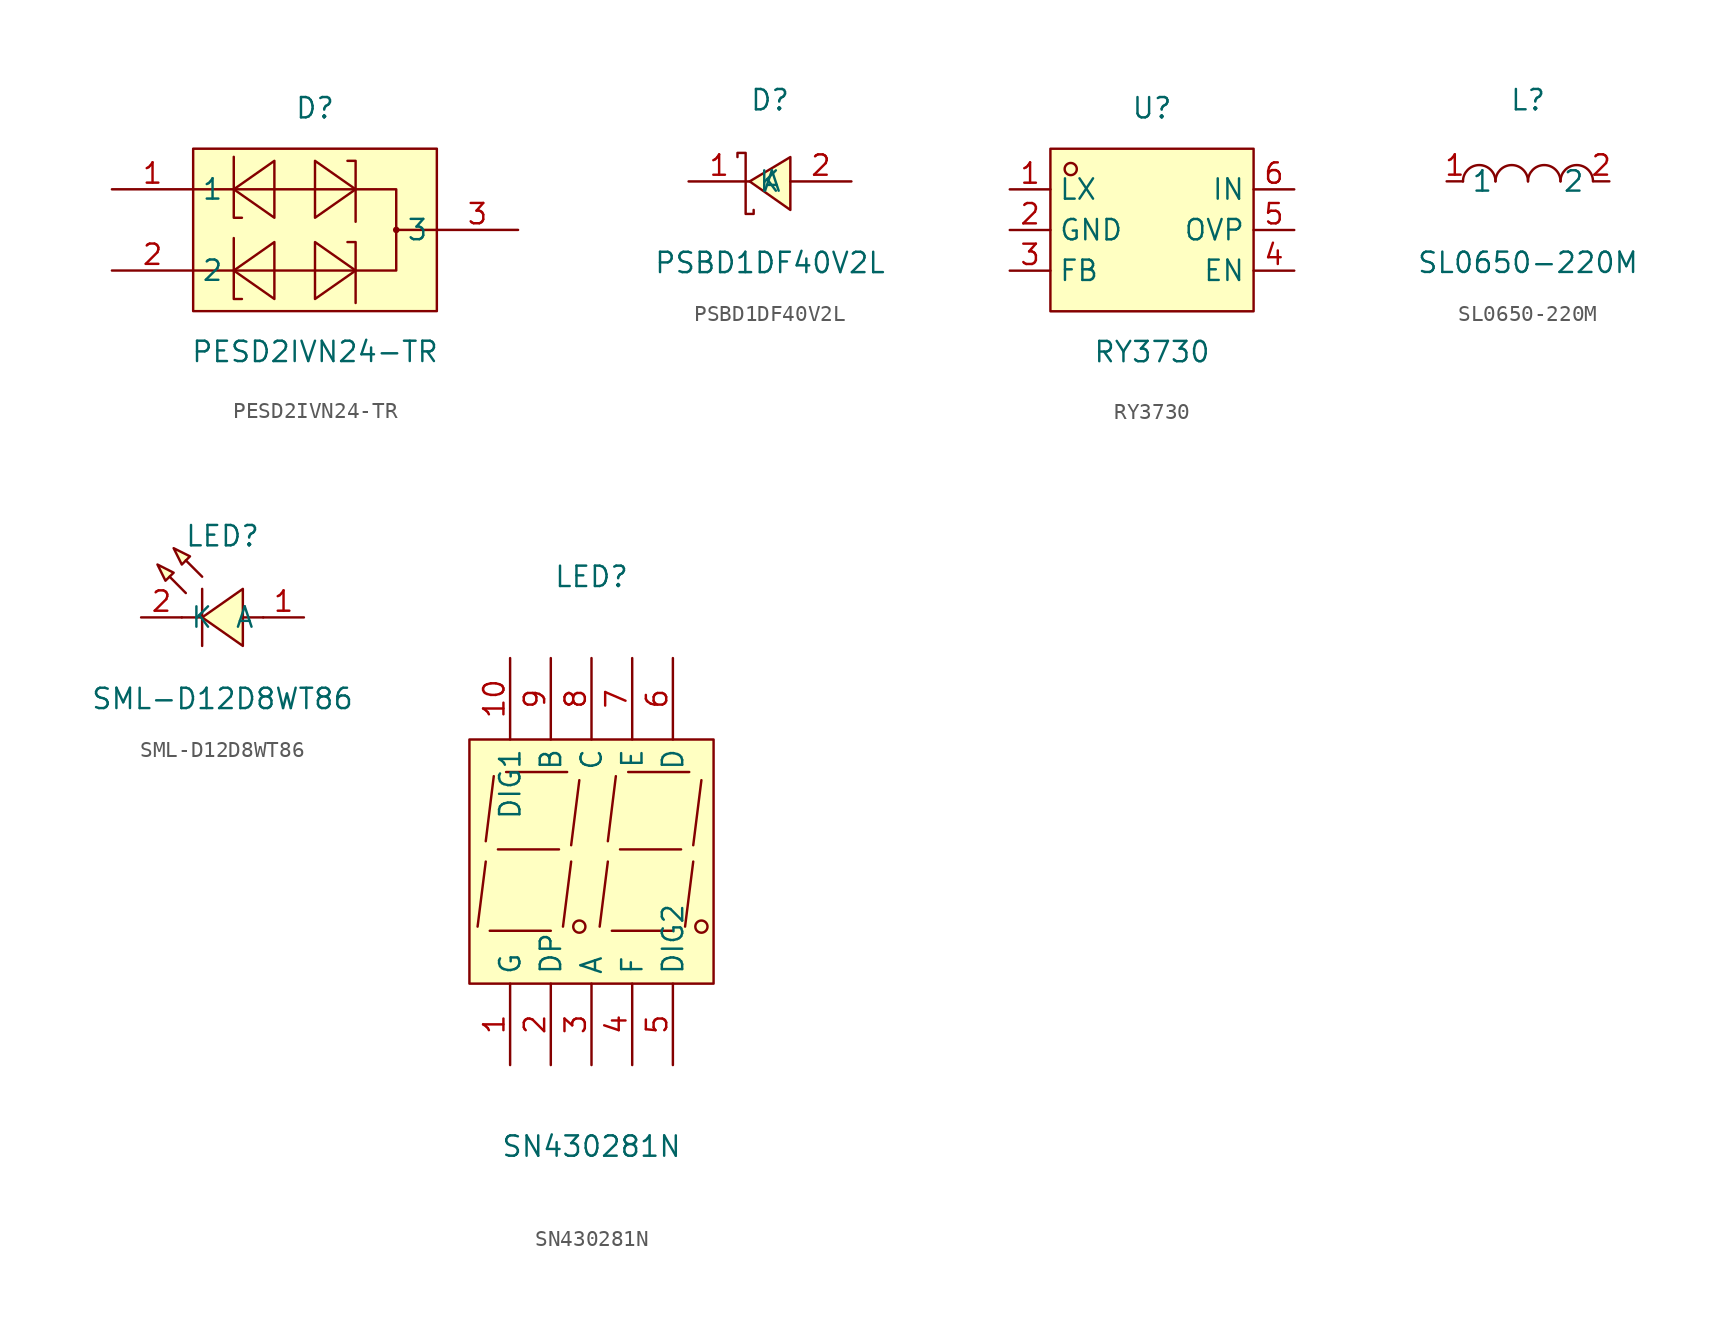
<source format=kicad_sym>
(kicad_symbol_lib
  (version 20241209)
  (generator "kicad_symbol_editor")
  (generator_version "9.0")
  (symbol "PESD2IVN24-TR"
    (property "Reference" "D"
      (at 0 7.62 0)
      (effects (font (size 1.27 1.27))))
    (property "Value" "PESD2IVN24-TR"
      (at 0 -7.62 0)
      (effects (font (size 1.27 1.27))))
    (symbol "PESD2IVN24-TR_0_1"
      (rectangle (start -7.62 5.08) (end 7.62 -5.08) (stroke (width 0) (type default)) (fill (type background)))
      (polyline (pts (xy -7.62 2.54) (xy 5.08 2.54) (xy 5.08 -2.54) (xy -7.62 -2.54)) (stroke (width 0) (type default)) (fill (type none)))
      (polyline (pts (xy -5.08 4.57) (xy -5.08 0.76) (xy -4.57 0.76)) (stroke (width 0) (type default)) (fill (type none)))
      (polyline (pts (xy -5.08 -0.51) (xy -5.08 -4.32) (xy -4.57 -4.32)) (stroke (width 0) (type default)) (fill (type none)))
      (polyline (pts (xy -2.54 4.32) (xy -5.08 2.54) (xy -2.54 0.76) (xy -2.54 4.32)) (stroke (width 0) (type default)) (fill (type background)))
      (polyline (pts (xy -2.54 -0.76) (xy -5.08 -2.54) (xy -2.54 -4.32) (xy -2.54 -0.76)) (stroke (width 0) (type default)) (fill (type background)))
      (polyline (pts (xy 0 0.76) (xy 2.54 2.54) (xy 0 4.32) (xy 0 0.76)) (stroke (width 0) (type default)) (fill (type background)))
      (polyline (pts (xy 0 -4.32) (xy 2.54 -2.54) (xy 0 -0.76) (xy 0 -4.32)) (stroke (width 0) (type default)) (fill (type background)))
      (polyline (pts (xy 2.54 0.51) (xy 2.54 4.32) (xy 2.03 4.32)) (stroke (width 0) (type default)) (fill (type none)))
      (polyline (pts (xy 2.54 -4.57) (xy 2.54 -0.76) (xy 2.03 -0.76)) (stroke (width 0) (type default)) (fill (type none)))
      (circle (center 5.08 0) (radius 0.13) (stroke (width 0) (type default)) (fill (type none)))
      (polyline (pts (xy 7.62 0) (xy 5.08 0)) (stroke (width 0) (type default)) (fill (type none)))
      (pin unspecified line (at -12.7 2.54 0) (length 5.08) (name "1" (effects (font (size 1.27 1.27)))) (number "1" (effects (font (size 1.27 1.27)))))
      (pin unspecified line (at -12.7 -2.54 0) (length 5.08) (name "2" (effects (font (size 1.27 1.27)))) (number "2" (effects (font (size 1.27 1.27)))))
      (pin unspecified line (at 12.7 0 180) (length 5.08) (name "3" (effects (font (size 1.27 1.27)))) (number "3" (effects (font (size 1.27 1.27)))))))
  (symbol "PSBD1DF40V2L"
    (property "Reference" "D"
      (at 0 5.08 0)
      (effects (font (size 1.27 1.27))))
    (property "Value" "PSBD1DF40V2L"
      (at 0 -5.08 0)
      (effects (font (size 1.27 1.27))))
    (symbol "PSBD1DF40V2L_0_1"
      (polyline (pts (xy -2.03 1.52) (xy -2.03 1.78) (xy -1.52 1.78) (xy -1.52 -2.03) (xy -1.02 -2.03) (xy -1.02 -1.78)) (stroke (width 0) (type default)) (fill (type none)))
      (polyline (pts (xy 1.27 1.52) (xy -1.27 0) (xy 1.27 -1.78) (xy 1.27 1.52)) (stroke (width 0) (type default)) (fill (type background)))
      (pin unspecified line (at -5.08 0 0) (length 3.81) (name "K" (effects (font (size 1.27 1.27)))) (number "1" (effects (font (size 1.27 1.27)))))
      (pin unspecified line (at 5.08 0 180) (length 3.81) (name "A" (effects (font (size 1.27 1.27)))) (number "2" (effects (font (size 1.27 1.27)))))))
  (symbol "RY3730"
    (property "Reference" "U"
      (at 0 7.62 0)
      (effects (font (size 1.27 1.27))))
    (property "Value" "RY3730"
      (at 0 -7.62 0)
      (effects (font (size 1.27 1.27))))
    (symbol "RY3730_0_1"
      (rectangle (start -6.35 5.08) (end 6.35 -5.08) (stroke (width 0) (type default)) (fill (type background)))
      (circle (center -5.08 3.81) (radius 0.38) (stroke (width 0) (type default)) (fill (type none)))
      (pin unspecified line (at -8.89 2.54 0) (length 2.54) (name "LX" (effects (font (size 1.27 1.27)))) (number "1" (effects (font (size 1.27 1.27)))))
      (pin unspecified line (at -8.89 0 0) (length 2.54) (name "GND" (effects (font (size 1.27 1.27)))) (number "2" (effects (font (size 1.27 1.27)))))
      (pin unspecified line (at -8.89 -2.54 0) (length 2.54) (name "FB" (effects (font (size 1.27 1.27)))) (number "3" (effects (font (size 1.27 1.27)))))
      (pin unspecified line (at 8.89 2.54 180) (length 2.54) (name "IN" (effects (font (size 1.27 1.27)))) (number "6" (effects (font (size 1.27 1.27)))))
      (pin unspecified line (at 8.89 0 180) (length 2.54) (name "OVP" (effects (font (size 1.27 1.27)))) (number "5" (effects (font (size 1.27 1.27)))))
      (pin unspecified line (at 8.89 -2.54 180) (length 2.54) (name "EN" (effects (font (size 1.27 1.27)))) (number "4" (effects (font (size 1.27 1.27)))))))
  (symbol "SL0650-220M"
    (property "Reference" "L"
      (at 0 5.08 0)
      (effects (font (size 1.27 1.27))))
    (property "Value" "SL0650-220M"
      (at 0 -5.08 0)
      (effects (font (size 1.27 1.27))))
    (symbol "SL0650-220M_0_1"
      (arc (start -4.06 -0.01) (mid -2.83 0.99) (end -2.03 0.01) (stroke (width 0) (type default)) (fill (type none)))
      (arc (start -2.03 -0.01) (mid -0.8 0.99) (end 0 0.01) (stroke (width 0) (type default)) (fill (type none)))
      (arc (start 0 -0.01) (mid 1.23 0.99) (end 2.03 0.01) (stroke (width 0) (type default)) (fill (type none)))
      (arc (start 2.03 -0.01) (mid 3.26 0.99) (end 4.06 0.01) (stroke (width 0) (type default)) (fill (type none)))
      (pin unspecified line (at -5.08 0 0) (length 1.016) (name "1" (effects (font (size 1.27 1.27)))) (number "1" (effects (font (size 1.27 1.27)))))
      (pin unspecified line (at 5.08 0 180) (length 1.016) (name "2" (effects (font (size 1.27 1.27)))) (number "2" (effects (font (size 1.27 1.27)))))))
  (symbol "SML-D12D8WT86"
    (property "Reference" "LED"
      (at 0 5.08 0)
      (effects (font (size 1.27 1.27))))
    (property "Value" "SML-D12D8WT86"
      (at 0 -5.08 0)
      (effects (font (size 1.27 1.27))))
    (symbol "SML-D12D8WT86_0_1"
      (polyline (pts (xy -4.06 3.3) (xy -3.05 2.79) (xy -3.56 2.29) (xy -4.06 3.3)) (stroke (width 0) (type default)) (fill (type background)))
      (polyline (pts (xy -3.05 4.32) (xy -2.03 3.81) (xy -2.54 3.3) (xy -3.05 4.32)) (stroke (width 0) (type default)) (fill (type background)))
      (polyline (pts (xy -2.29 1.52) (xy -3.3 2.54) (xy -2.29 1.52)) (stroke (width 0) (type default)) (fill (type background)))
      (polyline (pts (xy -1.27 2.54) (xy -2.29 3.56) (xy -1.27 2.54)) (stroke (width 0) (type default)) (fill (type background)))
      (polyline (pts (xy -1.27 1.78) (xy -1.27 -1.78)) (stroke (width 0) (type default)) (fill (type none)))
      (polyline (pts (xy -1.27 0) (xy -2.54 0)) (stroke (width 0) (type default)) (fill (type none)))
      (polyline (pts (xy 1.27 1.78) (xy -1.27 0) (xy 1.27 -1.78) (xy 1.27 1.78)) (stroke (width 0) (type default)) (fill (type background)))
      (polyline (pts (xy 2.54 0) (xy 1.27 0)) (stroke (width 0) (type default)) (fill (type none)))
      (pin unspecified line (at -5.08 0 0) (length 2.54) (name "K" (effects (font (size 1.27 1.27)))) (number "2" (effects (font (size 1.27 1.27)))))
      (pin unspecified line (at 5.08 0 180) (length 2.54) (name "A" (effects (font (size 1.27 1.27)))) (number "1" (effects (font (size 1.27 1.27)))))))
  (symbol "SN430281N"
    (property "Reference" "LED"
      (at 0 17.78 0)
      (effects (font (size 1.27 1.27))))
    (property "Value" "SN430281N"
      (at 0 -17.78 0)
      (effects (font (size 1.27 1.27))))
    (symbol "SN430281N_0_1"
      (rectangle (start -7.62 7.62) (end 7.62 -7.62) (stroke (width 0) (type default)) (fill (type background)))
      (polyline (pts (xy -6.6 0) (xy -7.11 -4.06)) (stroke (width 0) (type default)) (fill (type none)))
      (polyline (pts (xy -6.35 -4.32) (xy -2.54 -4.32)) (stroke (width 0) (type default)) (fill (type none)))
      (polyline (pts (xy -6.1 5.33) (xy -6.6 1.27)) (stroke (width 0) (type default)) (fill (type none)))
      (polyline (pts (xy -5.84 0.76) (xy -2.03 0.76)) (stroke (width 0) (type default)) (fill (type none)))
      (polyline (pts (xy -5.33 5.59) (xy -1.52 5.59)) (stroke (width 0) (type default)) (fill (type none)))
      (polyline (pts (xy -1.27 0) (xy -1.78 -4.06)) (stroke (width 0) (type default)) (fill (type none)))
      (polyline (pts (xy -0.76 5.08) (xy -1.27 1.02)) (stroke (width 0) (type default)) (fill (type none)))
      (circle (center -0.76 -4.06) (radius 0.38) (stroke (width 0) (type default)) (fill (type none)))
      (polyline (pts (xy 1.02 0) (xy 0.51 -4.06)) (stroke (width 0) (type default)) (fill (type none)))
      (polyline (pts (xy 1.27 -4.32) (xy 5.08 -4.32)) (stroke (width 0) (type default)) (fill (type none)))
      (polyline (pts (xy 1.52 5.33) (xy 1.02 1.27)) (stroke (width 0) (type default)) (fill (type none)))
      (polyline (pts (xy 1.78 0.76) (xy 5.59 0.76)) (stroke (width 0) (type default)) (fill (type none)))
      (polyline (pts (xy 2.29 5.59) (xy 6.1 5.59)) (stroke (width 0) (type default)) (fill (type none)))
      (polyline (pts (xy 6.35 0) (xy 5.84 -4.06)) (stroke (width 0) (type default)) (fill (type none)))
      (polyline (pts (xy 6.86 5.08) (xy 6.35 1.02)) (stroke (width 0) (type default)) (fill (type none)))
      (circle (center 6.86 -4.06) (radius 0.38) (stroke (width 0) (type default)) (fill (type none)))
      (pin unspecified line (at -5.08 12.7 270) (length 5.08) (name "DIG1" (effects (font (size 1.27 1.27)))) (number "10" (effects (font (size 1.27 1.27)))))
      (pin unspecified line (at -5.08 -12.7 90) (length 5.08) (name "G" (effects (font (size 1.27 1.27)))) (number "1" (effects (font (size 1.27 1.27)))))
      (pin unspecified line (at -2.54 12.7 270) (length 5.08) (name "B" (effects (font (size 1.27 1.27)))) (number "9" (effects (font (size 1.27 1.27)))))
      (pin unspecified line (at -2.54 -12.7 90) (length 5.08) (name "DP" (effects (font (size 1.27 1.27)))) (number "2" (effects (font (size 1.27 1.27)))))
      (pin unspecified line (at 0 12.7 270) (length 5.08) (name "C" (effects (font (size 1.27 1.27)))) (number "8" (effects (font (size 1.27 1.27)))))
      (pin unspecified line (at 0 -12.7 90) (length 5.08) (name "A" (effects (font (size 1.27 1.27)))) (number "3" (effects (font (size 1.27 1.27)))))
      (pin unspecified line (at 2.54 12.7 270) (length 5.08) (name "E" (effects (font (size 1.27 1.27)))) (number "7" (effects (font (size 1.27 1.27)))))
      (pin unspecified line (at 2.54 -12.7 90) (length 5.08) (name "F" (effects (font (size 1.27 1.27)))) (number "4" (effects (font (size 1.27 1.27)))))
      (pin unspecified line (at 5.08 12.7 270) (length 5.08) (name "D" (effects (font (size 1.27 1.27)))) (number "6" (effects (font (size 1.27 1.27)))))
      (pin unspecified line (at 5.08 -12.7 90) (length 5.08) (name "DIG2" (effects (font (size 1.27 1.27)))) (number "5" (effects (font (size 1.27 1.27))))))))
</source>
